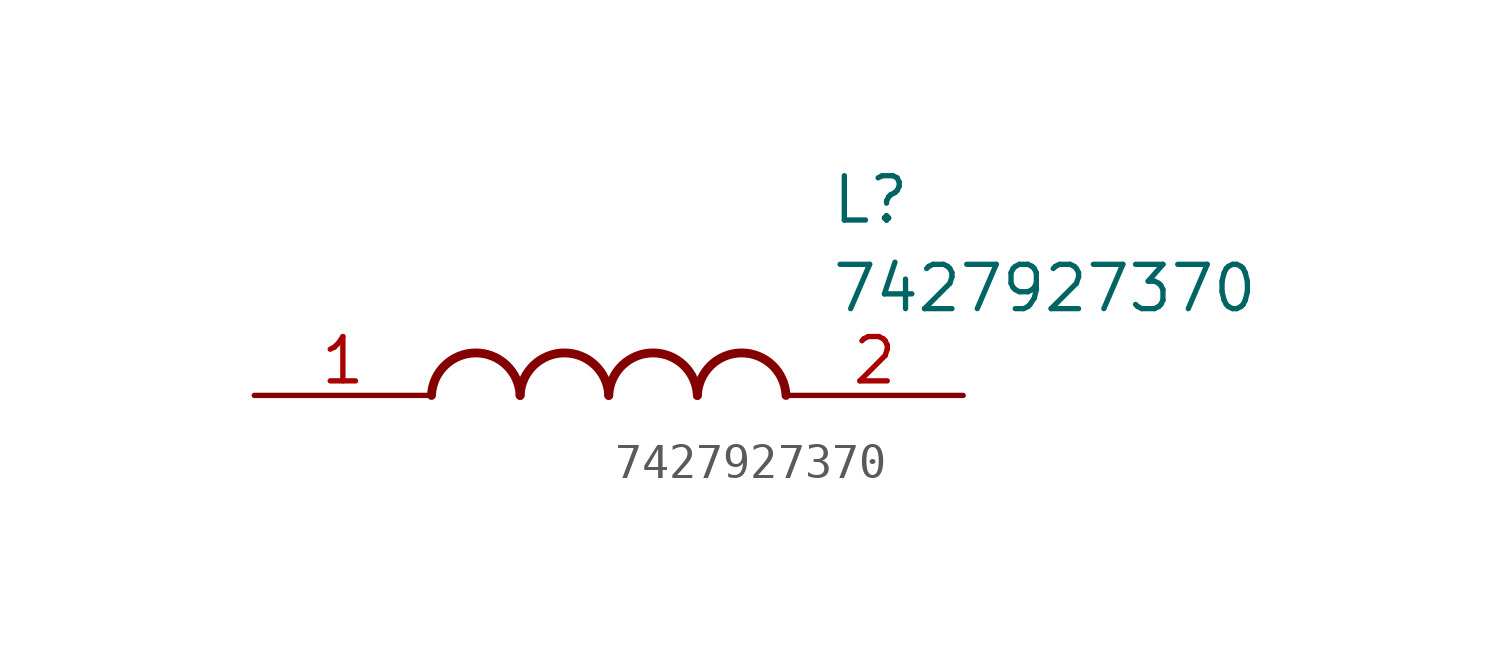
<source format=kicad_sym>
(kicad_symbol_lib
  (version 20211014)
  (generator SamacSys_ECAD_Model)
  (symbol "7427927370"
    (pin_names hide)
    (property "Reference" "L"
      (at 16.51 6.35 0)
      (effects (font (size 1.27 1.27)) (justify left top)))
    (property "Value" "7427927370"
      (at 16.51 3.81 0)
      (effects (font (size 1.27 1.27)) (justify left top)))
    (arc
      (start 7.62 0)
      (mid 6.35 1.219)
      (end 5.08 0)
      (stroke (width 0.254) (type default))
      (fill (type none)))
    (arc
      (start 10.16 0)
      (mid 8.89 1.219)
      (end 7.62 0)
      (stroke (width 0.254) (type default))
      (fill (type none)))
    (arc
      (start 12.7 0)
      (mid 11.43 1.219)
      (end 10.16 0)
      (stroke (width 0.254) (type default))
      (fill (type none)))
    (arc
      (start 15.24 0)
      (mid 13.97 1.219)
      (end 12.7 0)
      (stroke (width 0.254) (type default))
      (fill (type none)))
    (pin passive line
      (at 0 0 0)
      (length 5.08)
      (name "1" (effects (font (size 1.27 1.27))))
      (number "1" (effects (font (size 1.27 1.27)))))
    (pin passive line
      (at 20.32 0 180)
      (length 5.08)
      (name "2" (effects (font (size 1.27 1.27))))
      (number "2" (effects (font (size 1.27 1.27)))))))
</source>
